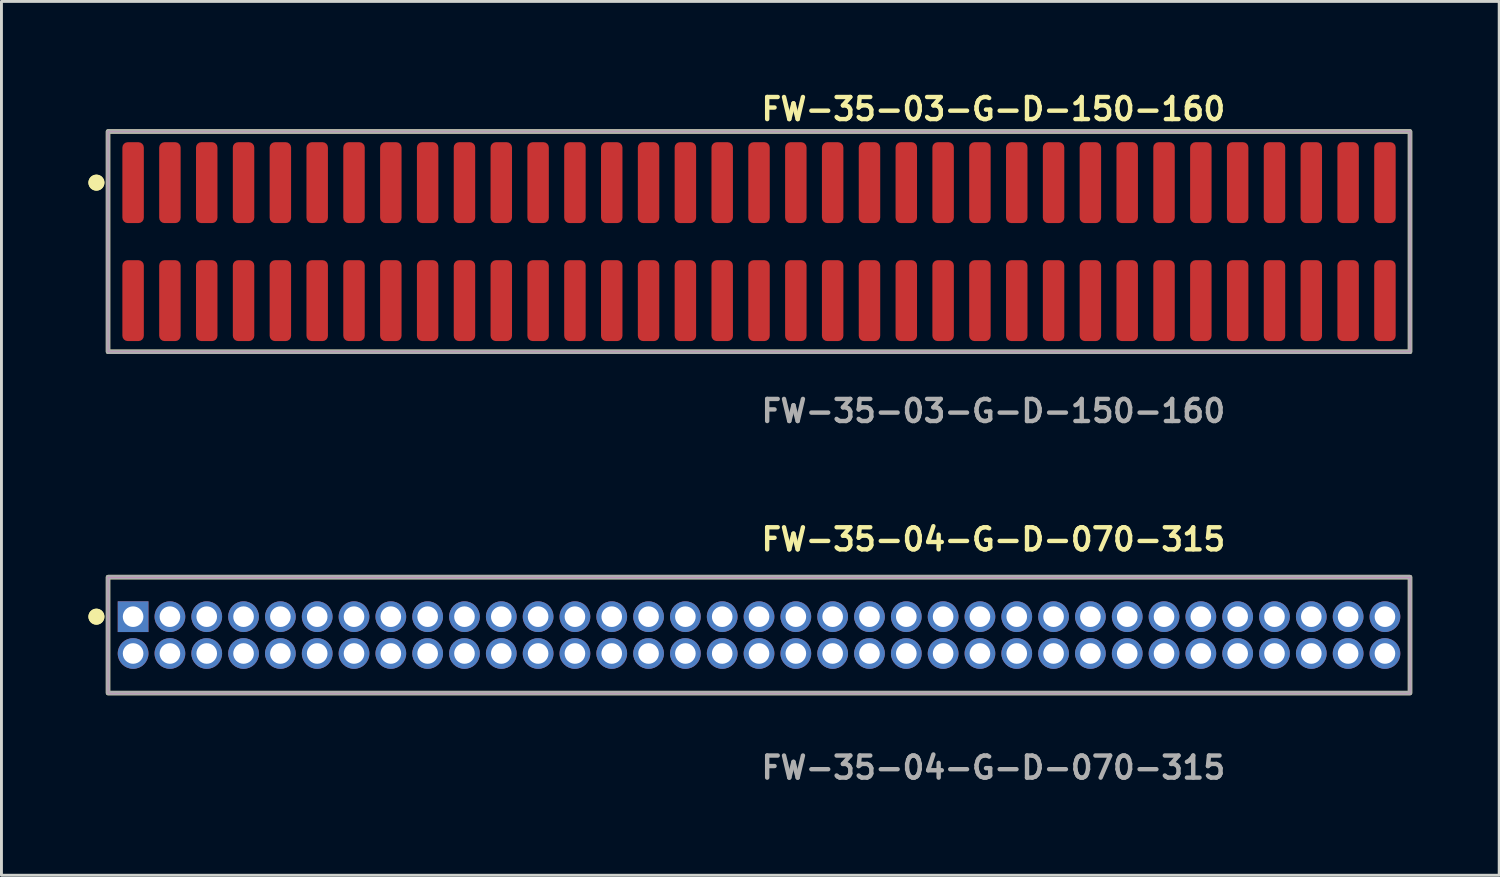
<source format=kicad_pcb>
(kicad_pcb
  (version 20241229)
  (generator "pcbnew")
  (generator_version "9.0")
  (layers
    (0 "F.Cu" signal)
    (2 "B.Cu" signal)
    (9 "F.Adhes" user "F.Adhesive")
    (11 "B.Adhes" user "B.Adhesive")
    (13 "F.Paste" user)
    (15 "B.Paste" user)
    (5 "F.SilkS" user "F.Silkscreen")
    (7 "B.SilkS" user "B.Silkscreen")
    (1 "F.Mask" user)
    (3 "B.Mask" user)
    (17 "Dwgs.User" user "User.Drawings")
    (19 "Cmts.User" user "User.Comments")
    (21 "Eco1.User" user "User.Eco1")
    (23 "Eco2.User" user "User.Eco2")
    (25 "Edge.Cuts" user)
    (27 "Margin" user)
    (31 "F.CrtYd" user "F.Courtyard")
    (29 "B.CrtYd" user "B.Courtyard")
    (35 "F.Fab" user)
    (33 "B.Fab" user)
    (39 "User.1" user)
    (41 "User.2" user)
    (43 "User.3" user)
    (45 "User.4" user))
  (footprint "FW-35-03-G-D-150-160"
    (layer "F.Cu")
    (at 23.131 5.285)
    (property "Reference" "FW-35-03-G-D-150-160" (at 0 -4.572 0) (unlocked yes) (layer "F.SilkS") (effects (font (size 0.762 0.762) (thickness 0.152)) (justify left)))
    (fp_rect (start -22.455 3.8) (end 22.455 -3.8) (stroke (width 0.152) (type solid)) (fill no) (layer "F.SilkS"))
    (fp_circle (center -22.855 -2.035) (end -23.055 -2.035) (stroke (width 0.152) (type solid)) (fill yes) (layer "F.SilkS"))
    (fp_circle (center -22.855 -2.035) (end -23.055 -2.035) (stroke (width 0.152) (type solid)) (fill yes) (layer "F.SilkS"))
    (fp_rect (start -22.455 3.8) (end 22.455 -3.8) (stroke (width 0.006) (type solid)) (fill no) (layer "F.CrtYd"))
    (fp_rect (start -22.455 3.8) (end 22.455 -3.8) (stroke (width 0.152) (type solid)) (fill no) (layer "F.Fab"))
    (fp_text user "${REFERENCE}" (at 0 5.842 0) (unlocked yes) (layer "F.Fab") (effects (font (size 0.762 0.762) (thickness 0.152)) (justify left)))
    (pad "1" smd roundrect (at -21.59 -2.035) (size 0.74 2.79) (layers "F.Cu" "F.Paste") (roundrect_rratio 0.25))
    (pad "2" smd roundrect (at -21.59 2.035) (size 0.74 2.79) (layers "F.Cu" "F.Paste") (roundrect_rratio 0.25))
    (pad "3" smd roundrect (at -20.32 -2.035) (size 0.74 2.79) (layers "F.Cu" "F.Paste") (roundrect_rratio 0.25))
    (pad "4" smd roundrect (at -20.32 2.035) (size 0.74 2.79) (layers "F.Cu" "F.Paste") (roundrect_rratio 0.25))
    (pad "5" smd roundrect (at -19.05 -2.035) (size 0.74 2.79) (layers "F.Cu" "F.Paste") (roundrect_rratio 0.25))
    (pad "6" smd roundrect (at -19.05 2.035) (size 0.74 2.79) (layers "F.Cu" "F.Paste") (roundrect_rratio 0.25))
    (pad "7" smd roundrect (at -17.78 -2.035) (size 0.74 2.79) (layers "F.Cu" "F.Paste") (roundrect_rratio 0.25))
    (pad "8" smd roundrect (at -17.78 2.035) (size 0.74 2.79) (layers "F.Cu" "F.Paste") (roundrect_rratio 0.25))
    (pad "9" smd roundrect (at -16.51 -2.035) (size 0.74 2.79) (layers "F.Cu" "F.Paste") (roundrect_rratio 0.25))
    (pad "10" smd roundrect (at -16.51 2.035) (size 0.74 2.79) (layers "F.Cu" "F.Paste") (roundrect_rratio 0.25))
    (pad "11" smd roundrect (at -15.24 -2.035) (size 0.74 2.79) (layers "F.Cu" "F.Paste") (roundrect_rratio 0.25))
    (pad "12" smd roundrect (at -15.24 2.035) (size 0.74 2.79) (layers "F.Cu" "F.Paste") (roundrect_rratio 0.25))
    (pad "13" smd roundrect (at -13.97 -2.035) (size 0.74 2.79) (layers "F.Cu" "F.Paste") (roundrect_rratio 0.25))
    (pad "14" smd roundrect (at -13.97 2.035) (size 0.74 2.79) (layers "F.Cu" "F.Paste") (roundrect_rratio 0.25))
    (pad "15" smd roundrect (at -12.7 -2.035) (size 0.74 2.79) (layers "F.Cu" "F.Paste") (roundrect_rratio 0.25))
    (pad "16" smd roundrect (at -12.7 2.035) (size 0.74 2.79) (layers "F.Cu" "F.Paste") (roundrect_rratio 0.25))
    (pad "17" smd roundrect (at -11.43 -2.035) (size 0.74 2.79) (layers "F.Cu" "F.Paste") (roundrect_rratio 0.25))
    (pad "18" smd roundrect (at -11.43 2.035) (size 0.74 2.79) (layers "F.Cu" "F.Paste") (roundrect_rratio 0.25))
    (pad "19" smd roundrect (at -10.16 -2.035) (size 0.74 2.79) (layers "F.Cu" "F.Paste") (roundrect_rratio 0.25))
    (pad "20" smd roundrect (at -10.16 2.035) (size 0.74 2.79) (layers "F.Cu" "F.Paste") (roundrect_rratio 0.25))
    (pad "21" smd roundrect (at -8.89 -2.035) (size 0.74 2.79) (layers "F.Cu" "F.Paste") (roundrect_rratio 0.25))
    (pad "22" smd roundrect (at -8.89 2.035) (size 0.74 2.79) (layers "F.Cu" "F.Paste") (roundrect_rratio 0.25))
    (pad "23" smd roundrect (at -7.62 -2.035) (size 0.74 2.79) (layers "F.Cu" "F.Paste") (roundrect_rratio 0.25))
    (pad "24" smd roundrect (at -7.62 2.035) (size 0.74 2.79) (layers "F.Cu" "F.Paste") (roundrect_rratio 0.25))
    (pad "25" smd roundrect (at -6.35 -2.035) (size 0.74 2.79) (layers "F.Cu" "F.Paste") (roundrect_rratio 0.25))
    (pad "26" smd roundrect (at -6.35 2.035) (size 0.74 2.79) (layers "F.Cu" "F.Paste") (roundrect_rratio 0.25))
    (pad "27" smd roundrect (at -5.08 -2.035) (size 0.74 2.79) (layers "F.Cu" "F.Paste") (roundrect_rratio 0.25))
    (pad "28" smd roundrect (at -5.08 2.035) (size 0.74 2.79) (layers "F.Cu" "F.Paste") (roundrect_rratio 0.25))
    (pad "29" smd roundrect (at -3.81 -2.035) (size 0.74 2.79) (layers "F.Cu" "F.Paste") (roundrect_rratio 0.25))
    (pad "30" smd roundrect (at -3.81 2.035) (size 0.74 2.79) (layers "F.Cu" "F.Paste") (roundrect_rratio 0.25))
    (pad "31" smd roundrect (at -2.54 -2.035) (size 0.74 2.79) (layers "F.Cu" "F.Paste") (roundrect_rratio 0.25))
    (pad "32" smd roundrect (at -2.54 2.035) (size 0.74 2.79) (layers "F.Cu" "F.Paste") (roundrect_rratio 0.25))
    (pad "33" smd roundrect (at -1.27 -2.035) (size 0.74 2.79) (layers "F.Cu" "F.Paste") (roundrect_rratio 0.25))
    (pad "34" smd roundrect (at -1.27 2.035) (size 0.74 2.79) (layers "F.Cu" "F.Paste") (roundrect_rratio 0.25))
    (pad "35" smd roundrect (at 0 -2.035) (size 0.74 2.79) (layers "F.Cu" "F.Paste") (roundrect_rratio 0.25))
    (pad "36" smd roundrect (at 0 2.035) (size 0.74 2.79) (layers "F.Cu" "F.Paste") (roundrect_rratio 0.25))
    (pad "37" smd roundrect (at 1.27 -2.035) (size 0.74 2.79) (layers "F.Cu" "F.Paste") (roundrect_rratio 0.25))
    (pad "38" smd roundrect (at 1.27 2.035) (size 0.74 2.79) (layers "F.Cu" "F.Paste") (roundrect_rratio 0.25))
    (pad "39" smd roundrect (at 2.54 -2.035) (size 0.74 2.79) (layers "F.Cu" "F.Paste") (roundrect_rratio 0.25))
    (pad "40" smd roundrect (at 2.54 2.035) (size 0.74 2.79) (layers "F.Cu" "F.Paste") (roundrect_rratio 0.25))
    (pad "41" smd roundrect (at 3.81 -2.035) (size 0.74 2.79) (layers "F.Cu" "F.Paste") (roundrect_rratio 0.25))
    (pad "42" smd roundrect (at 3.81 2.035) (size 0.74 2.79) (layers "F.Cu" "F.Paste") (roundrect_rratio 0.25))
    (pad "43" smd roundrect (at 5.08 -2.035) (size 0.74 2.79) (layers "F.Cu" "F.Paste") (roundrect_rratio 0.25))
    (pad "44" smd roundrect (at 5.08 2.035) (size 0.74 2.79) (layers "F.Cu" "F.Paste") (roundrect_rratio 0.25))
    (pad "45" smd roundrect (at 6.35 -2.035) (size 0.74 2.79) (layers "F.Cu" "F.Paste") (roundrect_rratio 0.25))
    (pad "46" smd roundrect (at 6.35 2.035) (size 0.74 2.79) (layers "F.Cu" "F.Paste") (roundrect_rratio 0.25))
    (pad "47" smd roundrect (at 7.62 -2.035) (size 0.74 2.79) (layers "F.Cu" "F.Paste") (roundrect_rratio 0.25))
    (pad "48" smd roundrect (at 7.62 2.035) (size 0.74 2.79) (layers "F.Cu" "F.Paste") (roundrect_rratio 0.25))
    (pad "49" smd roundrect (at 8.89 -2.035) (size 0.74 2.79) (layers "F.Cu" "F.Paste") (roundrect_rratio 0.25))
    (pad "50" smd roundrect (at 8.89 2.035) (size 0.74 2.79) (layers "F.Cu" "F.Paste") (roundrect_rratio 0.25))
    (pad "51" smd roundrect (at 10.16 -2.035) (size 0.74 2.79) (layers "F.Cu" "F.Paste") (roundrect_rratio 0.25))
    (pad "52" smd roundrect (at 10.16 2.035) (size 0.74 2.79) (layers "F.Cu" "F.Paste") (roundrect_rratio 0.25))
    (pad "53" smd roundrect (at 11.43 -2.035) (size 0.74 2.79) (layers "F.Cu" "F.Paste") (roundrect_rratio 0.25))
    (pad "54" smd roundrect (at 11.43 2.035) (size 0.74 2.79) (layers "F.Cu" "F.Paste") (roundrect_rratio 0.25))
    (pad "55" smd roundrect (at 12.7 -2.035) (size 0.74 2.79) (layers "F.Cu" "F.Paste") (roundrect_rratio 0.25))
    (pad "56" smd roundrect (at 12.7 2.035) (size 0.74 2.79) (layers "F.Cu" "F.Paste") (roundrect_rratio 0.25))
    (pad "57" smd roundrect (at 13.97 -2.035) (size 0.74 2.79) (layers "F.Cu" "F.Paste") (roundrect_rratio 0.25))
    (pad "58" smd roundrect (at 13.97 2.035) (size 0.74 2.79) (layers "F.Cu" "F.Paste") (roundrect_rratio 0.25))
    (pad "59" smd roundrect (at 15.24 -2.035) (size 0.74 2.79) (layers "F.Cu" "F.Paste") (roundrect_rratio 0.25))
    (pad "60" smd roundrect (at 15.24 2.035) (size 0.74 2.79) (layers "F.Cu" "F.Paste") (roundrect_rratio 0.25))
    (pad "61" smd roundrect (at 16.51 -2.035) (size 0.74 2.79) (layers "F.Cu" "F.Paste") (roundrect_rratio 0.25))
    (pad "62" smd roundrect (at 16.51 2.035) (size 0.74 2.79) (layers "F.Cu" "F.Paste") (roundrect_rratio 0.25))
    (pad "63" smd roundrect (at 17.78 -2.035) (size 0.74 2.79) (layers "F.Cu" "F.Paste") (roundrect_rratio 0.25))
    (pad "64" smd roundrect (at 17.78 2.035) (size 0.74 2.79) (layers "F.Cu" "F.Paste") (roundrect_rratio 0.25))
    (pad "65" smd roundrect (at 19.05 -2.035) (size 0.74 2.79) (layers "F.Cu" "F.Paste") (roundrect_rratio 0.25))
    (pad "66" smd roundrect (at 19.05 2.035) (size 0.74 2.79) (layers "F.Cu" "F.Paste") (roundrect_rratio 0.25))
    (pad "67" smd roundrect (at 20.32 -2.035) (size 0.74 2.79) (layers "F.Cu" "F.Paste") (roundrect_rratio 0.25))
    (pad "68" smd roundrect (at 20.32 2.035) (size 0.74 2.79) (layers "F.Cu" "F.Paste") (roundrect_rratio 0.25))
    (pad "69" smd roundrect (at 21.59 -2.035) (size 0.74 2.79) (layers "F.Cu" "F.Paste") (roundrect_rratio 0.25))
    (pad "70" smd roundrect (at 21.59 2.035) (size 0.74 2.79) (layers "F.Cu" "F.Paste") (roundrect_rratio 0.25)))
  (footprint "FW-35-04-G-D-070-315"
    (layer "F.Cu")
    (at 23.131 18.856)
    (property "Reference" "FW-35-04-G-D-070-315" (at 0 -3.302 0) (unlocked yes) (layer "F.SilkS") (effects (font (size 0.762 0.762) (thickness 0.152)) (justify left)))
    (fp_rect (start -22.455 2) (end 22.455 -2) (stroke (width 0.152) (type solid)) (fill no) (layer "F.SilkS"))
    (fp_circle (center -22.855 -0.635) (end -23.055 -0.635) (stroke (width 0.152) (type solid)) (fill yes) (layer "F.SilkS"))
    (fp_circle (center -22.855 -0.635) (end -23.055 -0.635) (stroke (width 0.152) (type solid)) (fill yes) (layer "F.SilkS"))
    (fp_rect (start -22.455 2) (end 22.455 -2) (stroke (width 0.006) (type solid)) (fill no) (layer "F.CrtYd"))
    (fp_rect (start -22.455 2) (end 22.455 -2) (stroke (width 0.152) (type solid)) (fill no) (layer "F.Fab"))
    (fp_text user "${REFERENCE}" (at 0 4.572 0) (unlocked yes) (layer "F.Fab") (effects (font (size 0.762 0.762) (thickness 0.152)) (justify left)))
    (pad "1" thru_hole rect (at -21.59 -0.635) (size 1.06 1.06) (drill 0.71) (layers "*.Cu" "*.Mask"))
    (pad "2" thru_hole circle (at -21.59 0.635) (size 1.06 1.06) (drill 0.71) (layers "*.Cu" "*.Mask"))
    (pad "3" thru_hole circle (at -20.32 -0.635) (size 1.06 1.06) (drill 0.71) (layers "*.Cu" "*.Mask"))
    (pad "4" thru_hole circle (at -20.32 0.635) (size 1.06 1.06) (drill 0.71) (layers "*.Cu" "*.Mask"))
    (pad "5" thru_hole circle (at -19.05 -0.635) (size 1.06 1.06) (drill 0.71) (layers "*.Cu" "*.Mask"))
    (pad "6" thru_hole circle (at -19.05 0.635) (size 1.06 1.06) (drill 0.71) (layers "*.Cu" "*.Mask"))
    (pad "7" thru_hole circle (at -17.78 -0.635) (size 1.06 1.06) (drill 0.71) (layers "*.Cu" "*.Mask"))
    (pad "8" thru_hole circle (at -17.78 0.635) (size 1.06 1.06) (drill 0.71) (layers "*.Cu" "*.Mask"))
    (pad "9" thru_hole circle (at -16.51 -0.635) (size 1.06 1.06) (drill 0.71) (layers "*.Cu" "*.Mask"))
    (pad "10" thru_hole circle (at -16.51 0.635) (size 1.06 1.06) (drill 0.71) (layers "*.Cu" "*.Mask"))
    (pad "11" thru_hole circle (at -15.24 -0.635) (size 1.06 1.06) (drill 0.71) (layers "*.Cu" "*.Mask"))
    (pad "12" thru_hole circle (at -15.24 0.635) (size 1.06 1.06) (drill 0.71) (layers "*.Cu" "*.Mask"))
    (pad "13" thru_hole circle (at -13.97 -0.635) (size 1.06 1.06) (drill 0.71) (layers "*.Cu" "*.Mask"))
    (pad "14" thru_hole circle (at -13.97 0.635) (size 1.06 1.06) (drill 0.71) (layers "*.Cu" "*.Mask"))
    (pad "15" thru_hole circle (at -12.7 -0.635) (size 1.06 1.06) (drill 0.71) (layers "*.Cu" "*.Mask"))
    (pad "16" thru_hole circle (at -12.7 0.635) (size 1.06 1.06) (drill 0.71) (layers "*.Cu" "*.Mask"))
    (pad "17" thru_hole circle (at -11.43 -0.635) (size 1.06 1.06) (drill 0.71) (layers "*.Cu" "*.Mask"))
    (pad "18" thru_hole circle (at -11.43 0.635) (size 1.06 1.06) (drill 0.71) (layers "*.Cu" "*.Mask"))
    (pad "19" thru_hole circle (at -10.16 -0.635) (size 1.06 1.06) (drill 0.71) (layers "*.Cu" "*.Mask"))
    (pad "20" thru_hole circle (at -10.16 0.635) (size 1.06 1.06) (drill 0.71) (layers "*.Cu" "*.Mask"))
    (pad "21" thru_hole circle (at -8.89 -0.635) (size 1.06 1.06) (drill 0.71) (layers "*.Cu" "*.Mask"))
    (pad "22" thru_hole circle (at -8.89 0.635) (size 1.06 1.06) (drill 0.71) (layers "*.Cu" "*.Mask"))
    (pad "23" thru_hole circle (at -7.62 -0.635) (size 1.06 1.06) (drill 0.71) (layers "*.Cu" "*.Mask"))
    (pad "24" thru_hole circle (at -7.62 0.635) (size 1.06 1.06) (drill 0.71) (layers "*.Cu" "*.Mask"))
    (pad "25" thru_hole circle (at -6.35 -0.635) (size 1.06 1.06) (drill 0.71) (layers "*.Cu" "*.Mask"))
    (pad "26" thru_hole circle (at -6.35 0.635) (size 1.06 1.06) (drill 0.71) (layers "*.Cu" "*.Mask"))
    (pad "27" thru_hole circle (at -5.08 -0.635) (size 1.06 1.06) (drill 0.71) (layers "*.Cu" "*.Mask"))
    (pad "28" thru_hole circle (at -5.08 0.635) (size 1.06 1.06) (drill 0.71) (layers "*.Cu" "*.Mask"))
    (pad "29" thru_hole circle (at -3.81 -0.635) (size 1.06 1.06) (drill 0.71) (layers "*.Cu" "*.Mask"))
    (pad "30" thru_hole circle (at -3.81 0.635) (size 1.06 1.06) (drill 0.71) (layers "*.Cu" "*.Mask"))
    (pad "31" thru_hole circle (at -2.54 -0.635) (size 1.06 1.06) (drill 0.71) (layers "*.Cu" "*.Mask"))
    (pad "32" thru_hole circle (at -2.54 0.635) (size 1.06 1.06) (drill 0.71) (layers "*.Cu" "*.Mask"))
    (pad "33" thru_hole circle (at -1.27 -0.635) (size 1.06 1.06) (drill 0.71) (layers "*.Cu" "*.Mask"))
    (pad "34" thru_hole circle (at -1.27 0.635) (size 1.06 1.06) (drill 0.71) (layers "*.Cu" "*.Mask"))
    (pad "35" thru_hole circle (at 0 -0.635) (size 1.06 1.06) (drill 0.71) (layers "*.Cu" "*.Mask"))
    (pad "36" thru_hole circle (at 0 0.635) (size 1.06 1.06) (drill 0.71) (layers "*.Cu" "*.Mask"))
    (pad "37" thru_hole circle (at 1.27 -0.635) (size 1.06 1.06) (drill 0.71) (layers "*.Cu" "*.Mask"))
    (pad "38" thru_hole circle (at 1.27 0.635) (size 1.06 1.06) (drill 0.71) (layers "*.Cu" "*.Mask"))
    (pad "39" thru_hole circle (at 2.54 -0.635) (size 1.06 1.06) (drill 0.71) (layers "*.Cu" "*.Mask"))
    (pad "40" thru_hole circle (at 2.54 0.635) (size 1.06 1.06) (drill 0.71) (layers "*.Cu" "*.Mask"))
    (pad "41" thru_hole circle (at 3.81 -0.635) (size 1.06 1.06) (drill 0.71) (layers "*.Cu" "*.Mask"))
    (pad "42" thru_hole circle (at 3.81 0.635) (size 1.06 1.06) (drill 0.71) (layers "*.Cu" "*.Mask"))
    (pad "43" thru_hole circle (at 5.08 -0.635) (size 1.06 1.06) (drill 0.71) (layers "*.Cu" "*.Mask"))
    (pad "44" thru_hole circle (at 5.08 0.635) (size 1.06 1.06) (drill 0.71) (layers "*.Cu" "*.Mask"))
    (pad "45" thru_hole circle (at 6.35 -0.635) (size 1.06 1.06) (drill 0.71) (layers "*.Cu" "*.Mask"))
    (pad "46" thru_hole circle (at 6.35 0.635) (size 1.06 1.06) (drill 0.71) (layers "*.Cu" "*.Mask"))
    (pad "47" thru_hole circle (at 7.62 -0.635) (size 1.06 1.06) (drill 0.71) (layers "*.Cu" "*.Mask"))
    (pad "48" thru_hole circle (at 7.62 0.635) (size 1.06 1.06) (drill 0.71) (layers "*.Cu" "*.Mask"))
    (pad "49" thru_hole circle (at 8.89 -0.635) (size 1.06 1.06) (drill 0.71) (layers "*.Cu" "*.Mask"))
    (pad "50" thru_hole circle (at 8.89 0.635) (size 1.06 1.06) (drill 0.71) (layers "*.Cu" "*.Mask"))
    (pad "51" thru_hole circle (at 10.16 -0.635) (size 1.06 1.06) (drill 0.71) (layers "*.Cu" "*.Mask"))
    (pad "52" thru_hole circle (at 10.16 0.635) (size 1.06 1.06) (drill 0.71) (layers "*.Cu" "*.Mask"))
    (pad "53" thru_hole circle (at 11.43 -0.635) (size 1.06 1.06) (drill 0.71) (layers "*.Cu" "*.Mask"))
    (pad "54" thru_hole circle (at 11.43 0.635) (size 1.06 1.06) (drill 0.71) (layers "*.Cu" "*.Mask"))
    (pad "55" thru_hole circle (at 12.7 -0.635) (size 1.06 1.06) (drill 0.71) (layers "*.Cu" "*.Mask"))
    (pad "56" thru_hole circle (at 12.7 0.635) (size 1.06 1.06) (drill 0.71) (layers "*.Cu" "*.Mask"))
    (pad "57" thru_hole circle (at 13.97 -0.635) (size 1.06 1.06) (drill 0.71) (layers "*.Cu" "*.Mask"))
    (pad "58" thru_hole circle (at 13.97 0.635) (size 1.06 1.06) (drill 0.71) (layers "*.Cu" "*.Mask"))
    (pad "59" thru_hole circle (at 15.24 -0.635) (size 1.06 1.06) (drill 0.71) (layers "*.Cu" "*.Mask"))
    (pad "60" thru_hole circle (at 15.24 0.635) (size 1.06 1.06) (drill 0.71) (layers "*.Cu" "*.Mask"))
    (pad "61" thru_hole circle (at 16.51 -0.635) (size 1.06 1.06) (drill 0.71) (layers "*.Cu" "*.Mask"))
    (pad "62" thru_hole circle (at 16.51 0.635) (size 1.06 1.06) (drill 0.71) (layers "*.Cu" "*.Mask"))
    (pad "63" thru_hole circle (at 17.78 -0.635) (size 1.06 1.06) (drill 0.71) (layers "*.Cu" "*.Mask"))
    (pad "64" thru_hole circle (at 17.78 0.635) (size 1.06 1.06) (drill 0.71) (layers "*.Cu" "*.Mask"))
    (pad "65" thru_hole circle (at 19.05 -0.635) (size 1.06 1.06) (drill 0.71) (layers "*.Cu" "*.Mask"))
    (pad "66" thru_hole circle (at 19.05 0.635) (size 1.06 1.06) (drill 0.71) (layers "*.Cu" "*.Mask"))
    (pad "67" thru_hole circle (at 20.32 -0.635) (size 1.06 1.06) (drill 0.71) (layers "*.Cu" "*.Mask"))
    (pad "68" thru_hole circle (at 20.32 0.635) (size 1.06 1.06) (drill 0.71) (layers "*.Cu" "*.Mask"))
    (pad "69" thru_hole circle (at 21.59 -0.635) (size 1.06 1.06) (drill 0.71) (layers "*.Cu" "*.Mask"))
    (pad "70" thru_hole circle (at 21.59 0.635) (size 1.06 1.06) (drill 0.71) (layers "*.Cu" "*.Mask")))
  (gr_rect
    (start -3 -3)
    (end 48.662 27.141)
    (stroke (width 0.1) (type default))
    (fill no)
    (layer "Edge.Cuts")))
</source>
